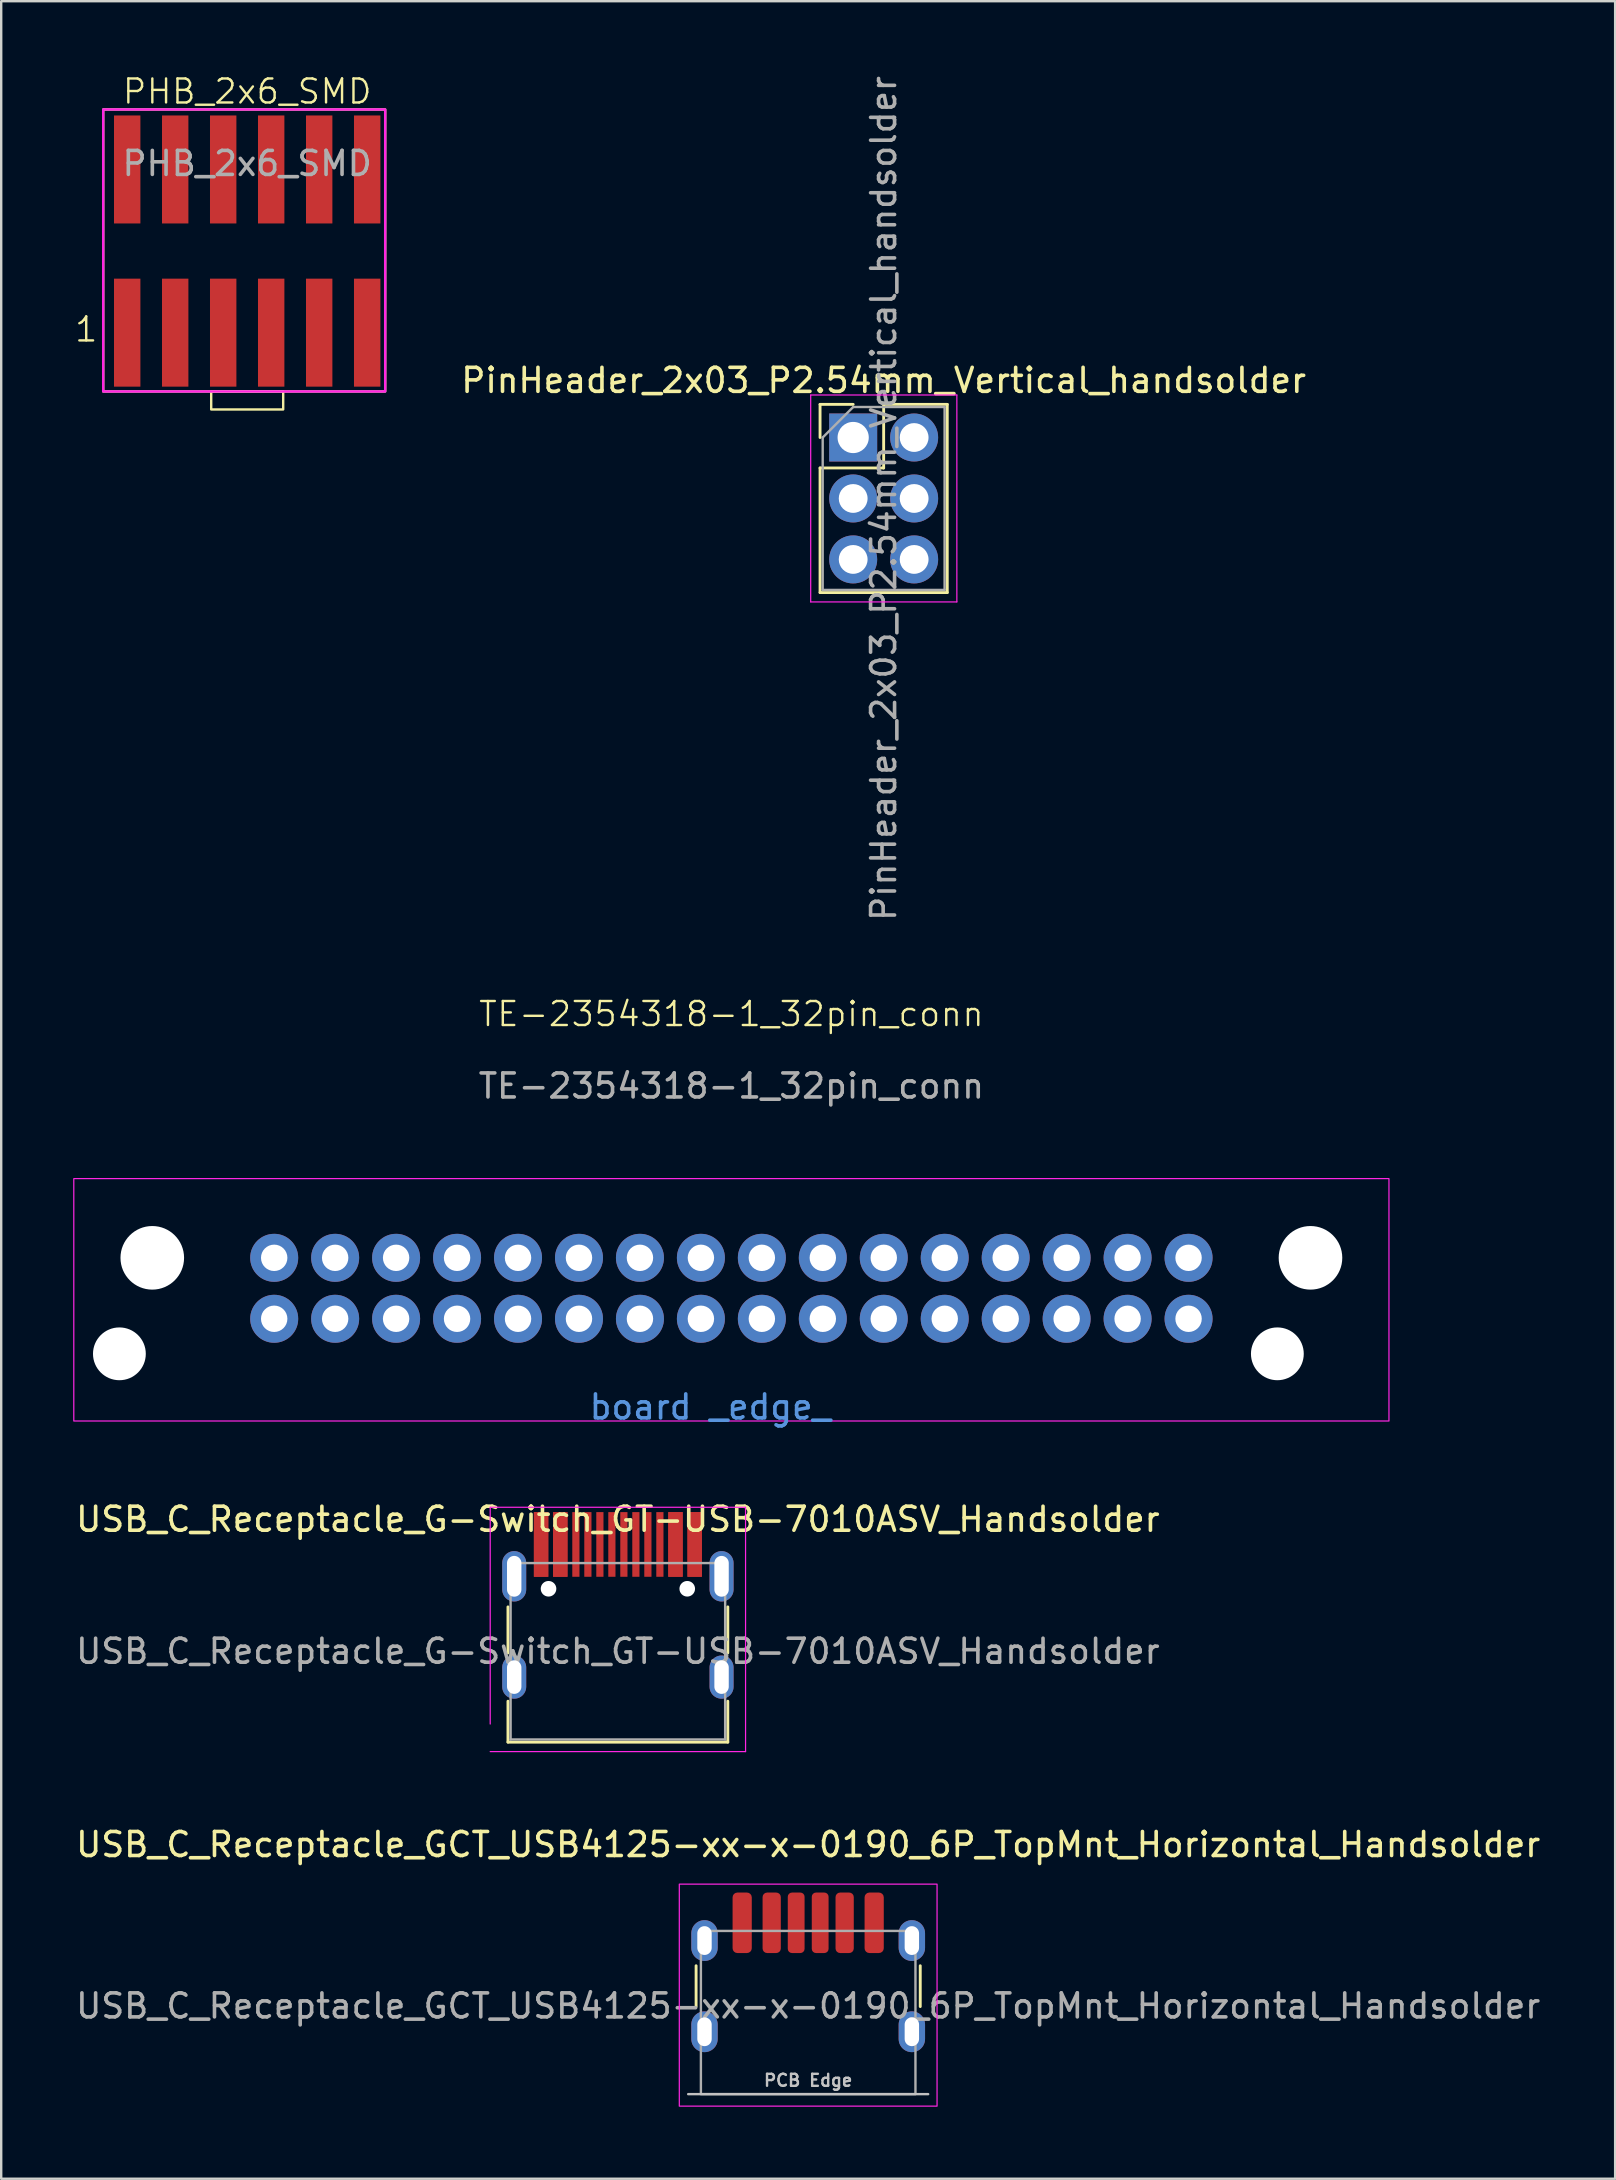
<source format=kicad_pcb>
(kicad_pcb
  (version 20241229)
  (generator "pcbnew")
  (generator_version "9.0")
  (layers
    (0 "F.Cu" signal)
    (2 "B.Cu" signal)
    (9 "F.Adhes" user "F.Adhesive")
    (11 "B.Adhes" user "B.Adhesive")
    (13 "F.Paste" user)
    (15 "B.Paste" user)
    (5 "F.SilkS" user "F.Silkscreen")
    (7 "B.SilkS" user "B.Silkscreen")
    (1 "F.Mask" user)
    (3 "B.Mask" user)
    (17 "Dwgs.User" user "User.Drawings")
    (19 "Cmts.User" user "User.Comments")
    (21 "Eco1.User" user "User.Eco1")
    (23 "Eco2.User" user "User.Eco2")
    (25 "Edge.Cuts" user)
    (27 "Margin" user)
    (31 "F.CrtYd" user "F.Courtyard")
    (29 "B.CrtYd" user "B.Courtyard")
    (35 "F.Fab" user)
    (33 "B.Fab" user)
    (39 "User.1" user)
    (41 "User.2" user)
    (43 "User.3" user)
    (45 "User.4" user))
  (footprint "PinHeader_2x03_P2.54mm_Vertical_handsolder"
    (layer "F.Cu")
    (at 32.5 15.18)
    (property "Reference" "PinHeader_2x03_P2.54mm_Vertical_handsolder" (at 1.27 -2.38 0) (layer "F.SilkS") (effects (font (size 1 1) (thickness 0.15))))
    (attr through_hole)
    (fp_line (start -1.38 -1.38) (end 0 -1.38) (stroke (width 0.12) (type solid)) (layer "F.SilkS"))
    (fp_line (start -1.38 0) (end -1.38 -1.38) (stroke (width 0.12) (type solid)) (layer "F.SilkS"))
    (fp_line (start -1.38 1.27) (end -1.38 6.46) (stroke (width 0.12) (type solid)) (layer "F.SilkS"))
    (fp_line (start -1.38 1.27) (end 1.27 1.27) (stroke (width 0.12) (type solid)) (layer "F.SilkS"))
    (fp_line (start -1.38 6.46) (end 3.92 6.46) (stroke (width 0.12) (type solid)) (layer "F.SilkS"))
    (fp_line (start 1.27 -1.38) (end 3.92 -1.38) (stroke (width 0.12) (type solid)) (layer "F.SilkS"))
    (fp_line (start 1.27 1.27) (end 1.27 -1.38) (stroke (width 0.12) (type solid)) (layer "F.SilkS"))
    (fp_line (start 3.92 -1.38) (end 3.92 6.46) (stroke (width 0.12) (type solid)) (layer "F.SilkS"))
    (fp_line (start -1.77 -1.77) (end -1.77 6.85) (stroke (width 0.05) (type solid)) (layer "F.CrtYd"))
    (fp_line (start -1.77 6.85) (end 4.32 6.85) (stroke (width 0.05) (type solid)) (layer "F.CrtYd"))
    (fp_line (start 4.32 -1.77) (end -1.77 -1.77) (stroke (width 0.05) (type solid)) (layer "F.CrtYd"))
    (fp_line (start 4.32 6.85) (end 4.32 -1.77) (stroke (width 0.05) (type solid)) (layer "F.CrtYd"))
    (fp_line (start -1.27 0) (end 0 -1.27) (stroke (width 0.1) (type solid)) (layer "F.Fab"))
    (fp_line (start -1.27 6.35) (end -1.27 0) (stroke (width 0.1) (type solid)) (layer "F.Fab"))
    (fp_line (start 0 -1.27) (end 3.81 -1.27) (stroke (width 0.1) (type solid)) (layer "F.Fab"))
    (fp_line (start 3.81 -1.27) (end 3.81 6.35) (stroke (width 0.1) (type solid)) (layer "F.Fab"))
    (fp_line (start 3.81 6.35) (end -1.27 6.35) (stroke (width 0.1) (type solid)) (layer "F.Fab"))
    (fp_text user "${REFERENCE}" (at 1.27 2.54 270) (layer "F.Fab") (effects (font (size 1 1) (thickness 0.15))))
    (pad "1" thru_hole rect (at 0 0) (size 2 2) (drill 1.3) (layers "*.Cu" "*.Mask"))
    (pad "2" thru_hole circle (at 2.54 0) (size 2 2) (drill 1.2) (layers "*.Cu" "*.Mask"))
    (pad "3" thru_hole circle (at 0 2.54) (size 2 2) (drill 1.2) (layers "*.Cu" "*.Mask"))
    (pad "4" thru_hole circle (at 2.54 2.54) (size 2 2) (drill 1.2) (layers "*.Cu" "*.Mask"))
    (pad "5" thru_hole circle (at 0 5.08) (size 2 2) (drill 1.2) (layers "*.Cu" "*.Mask"))
    (pad "6" thru_hole circle (at 2.54 5.08) (size 2 2) (drill 1.2) (layers "*.Cu" "*.Mask")))
  (footprint "USB_C_Receptacle_G-Switch_GT-USB-7010ASV_Handsolder"
    (layer "F.Cu")
    (at 22.696 65.756)
    (property "Reference" "USB_C_Receptacle_G-Switch_GT-USB-7010ASV_Handsolder" (at 0 -5.5 0) (layer "F.SilkS") (effects (font (size 1 1) (thickness 0.15))))
    (attr smd)
    (fp_line (start -4.58 -1.85) (end -4.58 0.07) (stroke (width 0.12) (type solid)) (layer "F.SilkS"))
    (fp_line (start -4.58 3.785) (end -4.58 2.08) (stroke (width 0.12) (type solid)) (layer "F.SilkS"))
    (fp_line (start 4.58 0.07) (end 4.58 -1.85) (stroke (width 0.12) (type solid)) (layer "F.SilkS"))
    (fp_line (start 4.58 2.08) (end 4.58 3.785) (stroke (width 0.12) (type solid)) (layer "F.SilkS"))
    (fp_line (start 4.58 3.785) (end -4.58 3.785) (stroke (width 0.12) (type solid)) (layer "F.SilkS"))
    (fp_line (start -5.32 -6) (end 5.32 -6) (stroke (width 0.05) (type solid)) (layer "F.CrtYd"))
    (fp_line (start -5.32 3.03) (end -5.32 -6) (stroke (width 0.05) (type solid)) (layer "F.CrtYd"))
    (fp_line (start 5.32 -6) (end 5.32 4.18) (stroke (width 0.05) (type solid)) (layer "F.CrtYd"))
    (fp_line (start 5.32 4.18) (end -5.32 4.18) (stroke (width 0.05) (type solid)) (layer "F.CrtYd"))
    (fp_line (start -4.47 -3.675) (end -4.47 3.675) (stroke (width 0.1) (type solid)) (layer "F.Fab"))
    (fp_line (start -4.47 -3.675) (end 4.47 -3.675) (stroke (width 0.1) (type solid)) (layer "F.Fab"))
    (fp_line (start -4.47 3.675) (end 4.47 3.675) (stroke (width 0.1) (type solid)) (layer "F.Fab"))
    (fp_line (start 4.47 3.675) (end 4.47 -3.675) (stroke (width 0.1) (type solid)) (layer "F.Fab"))
    (fp_text user "${REFERENCE}" (at 0 0 0) (layer "F.Fab") (effects (font (size 1 1) (thickness 0.15))))
    (pad "" np_thru_hole circle (at -2.89 -2.605) (size 0.65 0.65) (drill 0.65) (layers "*.Cu" "*.Mask"))
    (pad "" np_thru_hole circle (at 2.89 -2.605) (size 0.65 0.65) (drill 0.65) (layers "*.Cu" "*.Mask"))
    (pad "A1" smd rect (at -3.2 -4.452) (size 0.6 2.695) (layers "F.Cu" "F.Mask" "F.Paste"))
    (pad "A4" smd rect (at -2.4 -4.452) (size 0.6 2.695) (layers "F.Cu" "F.Mask" "F.Paste"))
    (pad "A5" smd rect (at -1.25 -4.452) (size 0.3 2.695) (layers "F.Cu" "F.Mask" "F.Paste"))
    (pad "A6" smd rect (at -0.25 -4.452) (size 0.3 2.695) (layers "F.Cu" "F.Mask" "F.Paste"))
    (pad "A7" smd rect (at 0.25 -4.452) (size 0.3 2.695) (layers "F.Cu" "F.Mask" "F.Paste"))
    (pad "A8" smd rect (at 1.25 -4.452) (size 0.3 2.695) (layers "F.Cu" "F.Mask" "F.Paste"))
    (pad "A9" smd rect (at 2.4 -4.452) (size 0.6 2.695) (layers "F.Cu" "F.Mask" "F.Paste"))
    (pad "A12" smd rect (at 3.2 -4.452) (size 0.6 2.695) (layers "F.Cu" "F.Mask" "F.Paste"))
    (pad "B1" smd rect (at 3.2 -4.452) (size 0.6 2.695) (layers "F.Cu" "F.Mask" "F.Paste"))
    (pad "B4" smd rect (at 2.4 -4.452) (size 0.6 2.695) (layers "F.Cu" "F.Mask" "F.Paste"))
    (pad "B5" smd rect (at 1.75 -4.452) (size 0.3 2.695) (layers "F.Cu" "F.Mask" "F.Paste"))
    (pad "B6" smd rect (at 0.75 -4.452) (size 0.3 2.695) (layers "F.Cu" "F.Mask" "F.Paste"))
    (pad "B7" smd rect (at -0.75 -4.452) (size 0.3 2.695) (layers "F.Cu" "F.Mask" "F.Paste"))
    (pad "B8" smd rect (at -1.75 -4.452) (size 0.3 2.695) (layers "F.Cu" "F.Mask" "F.Paste"))
    (pad "B9" smd rect (at -2.4 -4.452) (size 0.6 2.695) (layers "F.Cu" "F.Mask" "F.Paste"))
    (pad "B12" smd rect (at -3.2 -4.452) (size 0.6 2.695) (layers "F.Cu" "F.Mask" "F.Paste"))
    (pad "S1" thru_hole oval (at -4.32 -3.125) (size 1 2.1) (drill oval 0.6 1.7) (layers "*.Cu" "*.Mask"))
    (pad "S1" thru_hole oval (at -4.32 1.075) (size 1 1.8) (drill oval 0.6 1.4) (layers "*.Cu" "*.Mask"))
    (pad "S1" thru_hole oval (at 4.32 -3.125) (size 1 2.1) (drill oval 0.6 1.7) (layers "*.Cu" "*.Mask"))
    (pad "S1" thru_hole oval (at 4.32 1.075) (size 1 1.8) (drill oval 0.6 1.4) (layers "*.Cu" "*.Mask")))
  (footprint "PHB_2x6_SMD"
    (layer "F.Cu")
    (at 7.25 7.261)
    (property "Reference" "PHB_2x6_SMD" (at 0 -6.5 0) (unlocked yes) (layer "F.SilkS") (effects (font (size 1 1) (thickness 0.1))))
    (attr smd)
    (fp_rect (start -6 -5.75) (end 5.75 6) (stroke (width 0.1) (type default)) (fill no) (layer "F.SilkS"))
    (fp_rect (start -1.5 6) (end 1.5 6.75) (stroke (width 0.1) (type default)) (fill no) (layer "F.SilkS"))
    (fp_rect (start -6 -5.75) (end 5.75 6) (stroke (width 0.1) (type default)) (fill no) (layer "F.CrtYd"))
    (fp_text user "1" (at -7.25 4 0) (unlocked yes) (layer "F.SilkS") (effects (font (size 1 1) (thickness 0.1)) (justify left bottom)))
    (fp_text user "${REFERENCE}" (at 0 -3.5 0) (unlocked yes) (layer "F.Fab") (effects (font (size 1 1) (thickness 0.15))))
    (pad "1" smd rect (at -5 3.55) (size 1.1 4.5) (layers "F.Cu" "F.Mask" "F.Paste"))
    (pad "2" smd rect (at -3 3.55) (size 1.1 4.5) (layers "F.Cu" "F.Mask" "F.Paste"))
    (pad "3" smd rect (at -1 3.55) (size 1.1 4.5) (layers "F.Cu" "F.Mask" "F.Paste"))
    (pad "4" smd rect (at 1 3.55) (size 1.1 4.5) (layers "F.Cu" "F.Mask" "F.Paste"))
    (pad "5" smd rect (at 3 3.55) (size 1.1 4.5) (layers "F.Cu" "F.Mask" "F.Paste"))
    (pad "6" smd rect (at 5 3.55) (size 1.1 4.5) (layers "F.Cu" "F.Mask" "F.Paste"))
    (pad "7" smd rect (at -5 -3.25) (size 1.1 4.5) (layers "F.Cu" "F.Mask" "F.Paste"))
    (pad "8" smd rect (at -3 -3.25) (size 1.1 4.5) (layers "F.Cu" "F.Mask" "F.Paste"))
    (pad "9" smd rect (at -1 -3.25) (size 1.1 4.5) (layers "F.Cu" "F.Mask" "F.Paste"))
    (pad "10" smd rect (at 1 -3.25) (size 1.1 4.5) (layers "F.Cu" "F.Mask" "F.Paste"))
    (pad "11" smd rect (at 3 -3.25) (size 1.1 4.5) (layers "F.Cu" "F.Mask" "F.Paste"))
    (pad "12" smd rect (at 5 -3.25) (size 1.1 4.5) (layers "F.Cu" "F.Mask" "F.Paste")))
  (footprint "USB_C_Receptacle_GCT_USB4125-xx-x-0190_6P_TopMnt_Horizontal_Handsolder"
    (layer "F.Cu")
    (at 30.625 80.809)
    (property "Reference" "USB_C_Receptacle_GCT_USB4125-xx-x-0190_6P_TopMnt_Horizontal_Handsolder" (at 0 -7 0) (unlocked yes) (layer "F.SilkS") (effects (font (size 1 1) (thickness 0.15))))
    (attr smd)
    (fp_line (start -4.67 -0.25) (end -4.67 -1.95) (stroke (width 0.12) (type solid)) (layer "F.SilkS"))
    (fp_line (start 4.67 -0.25) (end 4.67 -1.95) (stroke (width 0.12) (type solid)) (layer "F.SilkS"))
    (fp_line (start 5 3.4) (end -5 3.4) (stroke (width 0.1) (type solid)) (layer "Dwgs.User"))
    (fp_rect (start -5.37 -5.35) (end 5.37 3.9) (stroke (width 0.05) (type solid)) (fill no) (layer "F.CrtYd"))
    (fp_rect (start -4.47 -3.4) (end 4.47 3.4) (stroke (width 0.1) (type solid)) (fill no) (layer "F.Fab"))
    (fp_text user "PCB Edge" (at 0 2.825 0) (unlocked yes) (layer "Dwgs.User") (effects (font (size 0.5 0.5) (thickness 0.1))))
    (fp_text user "${REFERENCE}" (at 0 -0.275 0) (unlocked yes) (layer "F.Fab") (effects (font (size 1 1) (thickness 0.15))))
    (pad "A5" smd roundrect (at -0.5 -3.74) (size 0.7 2.52) (layers "F.Cu" "F.Mask" "F.Paste") (roundrect_rratio 0.25))
    (pad "A9" smd roundrect (at 1.52 -3.74 180) (size 0.76 2.52) (layers "F.Cu" "F.Mask" "F.Paste") (roundrect_rratio 0.25))
    (pad "A12" smd roundrect (at 2.75 -3.74 180) (size 0.8 2.52) (layers "F.Cu" "F.Mask" "F.Paste") (roundrect_rratio 0.25))
    (pad "B5" smd roundrect (at 0.5 -3.74 180) (size 0.7 2.52) (layers "F.Cu" "F.Mask" "F.Paste") (roundrect_rratio 0.25))
    (pad "B9" smd roundrect (at -1.52 -3.74) (size 0.76 2.52) (layers "F.Cu" "F.Mask" "F.Paste") (roundrect_rratio 0.25))
    (pad "B12" smd roundrect (at -2.75 -3.74) (size 0.8 2.52) (layers "F.Cu" "F.Mask" "F.Paste") (roundrect_rratio 0.25))
    (pad "S1" thru_hole oval (at -4.32 -3) (size 1.1 1.7) (drill oval 0.6 1.2) (layers "*.Cu" "*.Mask" "F.Paste"))
    (pad "S1" thru_hole oval (at -4.32 0.8) (size 1.1 1.7) (drill oval 0.6 1.2) (layers "*.Cu" "*.Mask" "F.Paste"))
    (pad "S1" thru_hole oval (at 4.32 -3) (size 1.1 1.7) (drill oval 0.6 1.2) (layers "*.Cu" "*.Mask" "F.Paste"))
    (pad "S1" thru_hole oval (at 4.32 0.8) (size 1.1 1.7) (drill oval 0.6 1.2) (layers "*.Cu" "*.Mask" "F.Paste")))
  (footprint "TE-2354318-1_32pin_conn"
    (layer "F.Cu")
    (at 27.425 49.361)
    (property "Reference" "TE-2354318-1_32pin_conn" (at 0 -10.16 0) (unlocked yes) (layer "F.SilkS") (effects (font (size 1 1) (thickness 0.1))))
    (attr through_hole)
    (fp_rect (start -27.4 6.8) (end 27.4 -3.3) (stroke (width 0.05) (type default)) (fill no) (layer "F.CrtYd"))
    (fp_text user "board _edge_" (at -6 6.8 0) (unlocked yes) (layer "Cmts.User") (effects (font (size 1 1) (thickness 0.15)) (justify left bottom)))
    (fp_text user "${REFERENCE}" (at 0 -7.16 0) (unlocked yes) (layer "F.Fab") (effects (font (size 1 1) (thickness 0.15))))
    (pad "" np_thru_hole circle (at -25.5 4) (size 2.2 2.2) (drill 2.2) (layers "*.Cu" "*.Mask"))
    (pad "" np_thru_hole circle (at -24.13 0) (size 2.65 2.65) (drill 2.65) (layers "*.Cu" "*.Mask"))
    (pad "" np_thru_hole circle (at 22.75 4) (size 2.2 2.2) (drill 2.2) (layers "*.Cu" "*.Mask"))
    (pad "" np_thru_hole circle (at 24.13 0) (size 2.65 2.65) (drill 2.65) (layers "*.Cu" "*.Mask"))
    (pad "1" thru_hole circle (at -19.05 0) (size 2 2) (drill 1.1) (layers "*.Cu" "*.Mask" "B.Adhes"))
    (pad "2" thru_hole circle (at -16.51 0) (size 2 2) (drill 1.1) (layers "*.Cu" "*.Mask"))
    (pad "3" thru_hole circle (at -13.97 0) (size 2 2) (drill 1.1) (layers "*.Cu" "*.Mask"))
    (pad "4" thru_hole circle (at -11.43 0) (size 2 2) (drill 1.1) (layers "*.Cu" "*.Mask"))
    (pad "5" thru_hole circle (at -8.89 0) (size 2 2) (drill 1.1) (layers "*.Cu" "*.Mask"))
    (pad "6" thru_hole circle (at -6.35 0) (size 2 2) (drill 1.1) (layers "*.Cu" "*.Mask"))
    (pad "7" thru_hole circle (at -3.81 0) (size 2 2) (drill 1.1) (layers "*.Cu" "*.Mask"))
    (pad "8" thru_hole circle (at -1.27 0) (size 2 2) (drill 1.1) (layers "*.Cu" "*.Mask"))
    (pad "9" thru_hole circle (at 1.27 0) (size 2 2) (drill 1.1) (layers "*.Cu" "*.Mask"))
    (pad "10" thru_hole circle (at 3.81 0) (size 2 2) (drill 1.1) (layers "*.Cu" "*.Mask"))
    (pad "11" thru_hole circle (at 6.35 0) (size 2 2) (drill 1.1) (layers "*.Cu" "*.Mask"))
    (pad "12" thru_hole circle (at 8.89 0) (size 2 2) (drill 1.1) (layers "*.Cu" "*.Mask"))
    (pad "13" thru_hole circle (at 11.43 0) (size 2 2) (drill 1.1) (layers "*.Cu" "*.Mask"))
    (pad "14" thru_hole circle (at 13.97 0) (size 2 2) (drill 1.1) (layers "*.Cu" "*.Mask"))
    (pad "15" thru_hole circle (at 16.51 0) (size 2 2) (drill 1.1) (layers "*.Cu" "*.Mask"))
    (pad "16" thru_hole circle (at 19.05 0) (size 2 2) (drill 1.1) (layers "*.Cu" "*.Mask"))
    (pad "17" thru_hole circle (at -19.05 2.54) (size 2 2) (drill 1.1) (layers "*.Cu" "*.Mask"))
    (pad "18" thru_hole circle (at -16.51 2.54) (size 2 2) (drill 1.1) (layers "*.Cu" "*.Mask"))
    (pad "19" thru_hole circle (at -13.97 2.54) (size 2 2) (drill 1.1) (layers "*.Cu" "*.Mask"))
    (pad "20" thru_hole circle (at -11.43 2.54) (size 2 2) (drill 1.1) (layers "*.Cu" "*.Mask"))
    (pad "21" thru_hole circle (at -8.89 2.54) (size 2 2) (drill 1.1) (layers "*.Cu" "*.Mask"))
    (pad "22" thru_hole circle (at -6.35 2.54) (size 2 2) (drill 1.1) (layers "*.Cu" "*.Mask"))
    (pad "23" thru_hole circle (at -3.81 2.54) (size 2 2) (drill 1.1) (layers "*.Cu" "*.Mask"))
    (pad "24" thru_hole circle (at -1.27 2.54) (size 2 2) (drill 1.1) (layers "*.Cu" "*.Mask"))
    (pad "25" thru_hole circle (at 1.27 2.54) (size 2 2) (drill 1.1) (layers "*.Cu" "*.Mask"))
    (pad "26" thru_hole circle (at 3.81 2.54) (size 2 2) (drill 1.1) (layers "*.Cu" "*.Mask"))
    (pad "27" thru_hole circle (at 6.35 2.54) (size 2 2) (drill 1.1) (layers "*.Cu" "*.Mask"))
    (pad "28" thru_hole circle (at 8.89 2.54) (size 2 2) (drill 1.1) (layers "*.Cu" "*.Mask"))
    (pad "29" thru_hole circle (at 11.43 2.54) (size 2 2) (drill 1.1) (layers "*.Cu" "*.Mask"))
    (pad "30" thru_hole circle (at 13.97 2.54) (size 2 2) (drill 1.1) (layers "*.Cu" "*.Mask"))
    (pad "31" thru_hole circle (at 16.51 2.54) (size 2 2) (drill 1.1) (layers "*.Cu" "*.Mask"))
    (pad "32" thru_hole circle (at 19.05 2.54) (size 2 2) (drill 1.1) (layers "*.Cu" "*.Mask")))
  (gr_rect
    (start -3 -3)
    (end 64.25 87.734)
    (stroke (width 0.1) (type default))
    (fill no)
    (layer "Edge.Cuts")))
</source>
